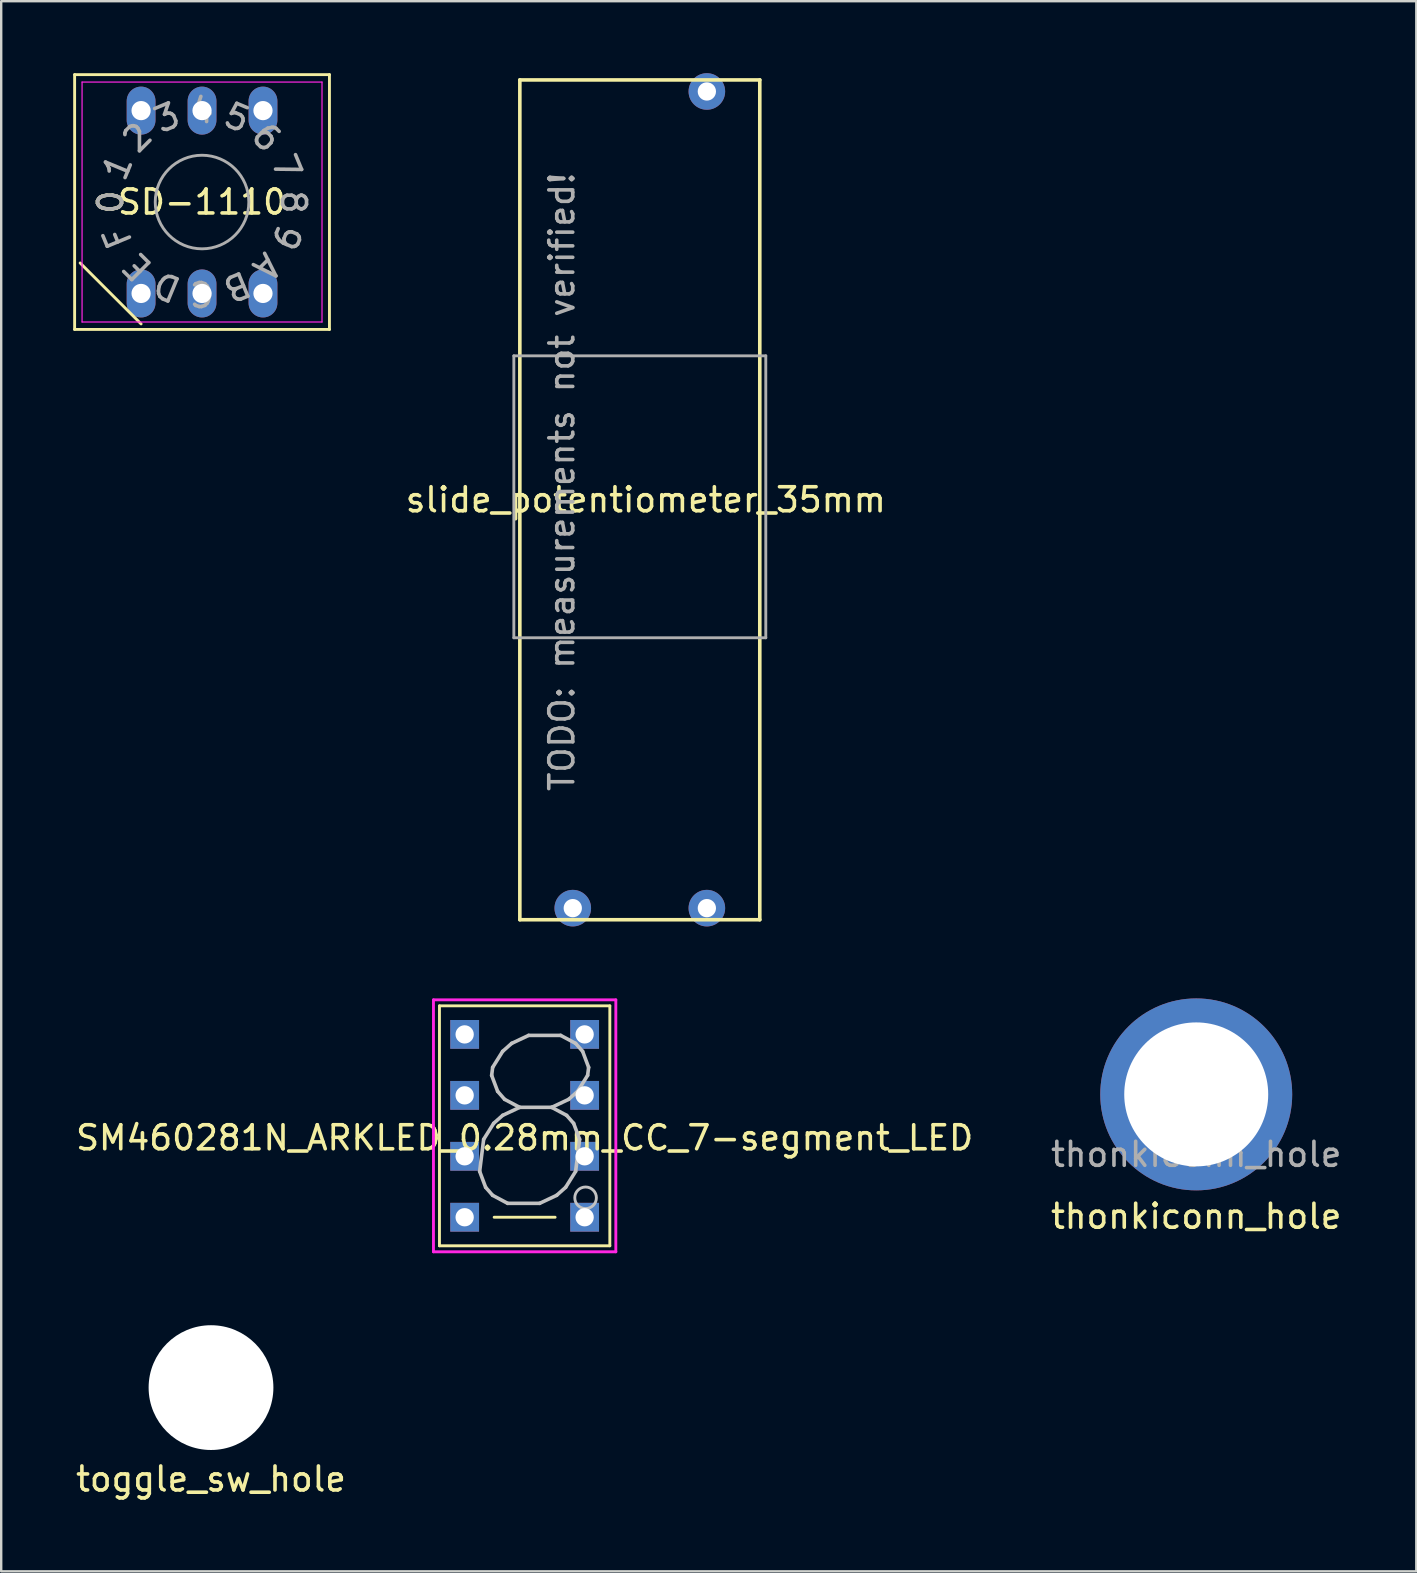
<source format=kicad_pcb>
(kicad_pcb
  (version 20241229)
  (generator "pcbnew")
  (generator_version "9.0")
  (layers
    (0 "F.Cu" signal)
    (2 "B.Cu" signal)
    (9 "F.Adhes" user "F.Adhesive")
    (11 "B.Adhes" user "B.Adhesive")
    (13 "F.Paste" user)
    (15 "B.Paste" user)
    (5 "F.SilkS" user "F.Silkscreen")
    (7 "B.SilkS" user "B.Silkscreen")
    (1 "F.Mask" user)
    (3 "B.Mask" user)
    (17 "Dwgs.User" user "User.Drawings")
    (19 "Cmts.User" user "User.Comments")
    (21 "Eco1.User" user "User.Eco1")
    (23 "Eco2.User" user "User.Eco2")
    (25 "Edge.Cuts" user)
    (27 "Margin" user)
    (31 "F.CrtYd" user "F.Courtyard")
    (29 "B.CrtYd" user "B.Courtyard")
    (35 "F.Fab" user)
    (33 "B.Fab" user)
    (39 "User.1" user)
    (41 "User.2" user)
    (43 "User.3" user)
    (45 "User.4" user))
  (footprint "thonkiconn_hole"
    (layer "F.Cu")
    (at 46.804 42.56)
    (property "Reference" "thonkiconn_hole" (at 0 5.08 0) (unlocked yes) (layer "F.SilkS") (effects (font (size 1 1) (thickness 0.15))))
    (attr through_hole)
    (fp_text user "${REFERENCE}" (at 0 2.5 0) (unlocked yes) (layer "F.Fab") (effects (font (size 1 1) (thickness 0.15))))
    (pad "" np_thru_hole oval (at 0 0) (size 8 8) (drill oval 6) (layers "*.Cu" "*.Mask")))
  (footprint "SM460281N_ARKLED_0.28mm_CC_7-segment_LED"
    (layer "F.Cu")
    (at 18.815 43.87)
    (property "Reference" "SM460281N_ARKLED_0.28mm_CC_7-segment_LED" (at 0 0.5 0) (layer "F.SilkS") (effects (font (size 1 1) (thickness 0.15))))
    (attr through_hole)
    (fp_line (start -3.55 -5) (end -3.55 5) (stroke (width 0.12) (type solid)) (layer "F.SilkS"))
    (fp_line (start -3.55 5) (end 3.55 5) (stroke (width 0.12) (type solid)) (layer "F.SilkS"))
    (fp_line (start -1.27 3.81) (end 1.27 3.81) (stroke (width 0.12) (type solid)) (layer "F.SilkS"))
    (fp_line (start 3.55 -5) (end -3.55 -5) (stroke (width 0.12) (type solid)) (layer "F.SilkS"))
    (fp_line (start 3.55 -5) (end 3.55 5) (stroke (width 0.12) (type solid)) (layer "F.SilkS"))
    (fp_circle (center 2.54 3) (end 2.99 3) (stroke (width 0.12) (type solid)) (fill no) (layer "Dwgs.User"))
    (fp_line (start -3.8 -5.25) (end -3.8 5.25) (stroke (width 0.12) (type solid)) (layer "F.CrtYd"))
    (fp_line (start -3.8 -5.25) (end 3.8 -5.25) (stroke (width 0.12) (type solid)) (layer "F.CrtYd"))
    (fp_line (start -3.8 5.25) (end 3.8 5.25) (stroke (width 0.12) (type solid)) (layer "F.CrtYd"))
    (fp_line (start 3.8 -5.25) (end 3.8 5.25) (stroke (width 0.12) (type solid)) (layer "F.CrtYd"))
    (fp_text user "8" (at 0 0 0) (unlocked yes) (layer "Dwgs.User") (effects (font (size 7 7) (thickness 0.15) (italic yes))))
    (pad "1" thru_hole rect (at -2.5 -3.81) (size 1.2 1.2) (drill 0.762) (layers "*.Cu" "*.Mask"))
    (pad "2" thru_hole rect (at -2.5 -1.27) (size 1.2 1.2) (drill 0.762) (layers "*.Cu" "*.Mask"))
    (pad "3" thru_hole rect (at -2.5 1.27) (size 1.2 1.2) (drill 0.762) (layers "*.Cu" "*.Mask"))
    (pad "4" thru_hole rect (at -2.5 3.81) (size 1.2 1.2) (drill 0.762) (layers "*.Cu" "*.Mask"))
    (pad "5" thru_hole rect (at 2.5 -3.81) (size 1.2 1.2) (drill 0.762) (layers "*.Cu" "*.Mask"))
    (pad "6" thru_hole rect (at 2.5 -1.27) (size 1.2 1.2) (drill 0.762) (layers "*.Cu" "*.Mask"))
    (pad "7" thru_hole rect (at 2.5 1.27) (size 1.2 1.2) (drill 0.762) (layers "*.Cu" "*.Mask"))
    (pad "8" thru_hole rect (at 2.5 3.81) (size 1.2 1.2) (drill 0.762) (layers "*.Cu" "*.Mask")))
  (footprint "toggle_sw_hole"
    (layer "F.Cu")
    (at 5.744 54.78)
    (property "Reference" "toggle_sw_hole" (at 0 3.81 0) (unlocked yes) (layer "F.SilkS") (effects (font (size 1 1) (thickness 0.15))))
    (attr through_hole)
    (pad "" np_thru_hole circle (at 0 0) (size 5.2 5.2) (drill 5.2) (layers "*.Cu" "*.Mask")))
  (footprint "SD-1110"
    (layer "F.Cu")
    (at 5.37 5.37)
    (property "Reference" "SD-1110" (at 0 0 180) (layer "F.SilkS") (effects (font (size 1 1) (thickness 0.15))))
    (attr through_hole)
    (fp_line (start -5.31 -5.31) (end -5.31 5.31) (stroke (width 0.12) (type solid)) (layer "F.SilkS"))
    (fp_line (start -5.31 5.31) (end 5.31 5.31) (stroke (width 0.12) (type solid)) (layer "F.SilkS"))
    (fp_line (start -5.08 2.54) (end -2.54 5.08) (stroke (width 0.12) (type solid)) (layer "F.SilkS"))
    (fp_line (start 5.31 -5.31) (end -5.31 -5.31) (stroke (width 0.12) (type solid)) (layer "F.SilkS"))
    (fp_line (start 5.31 5.31) (end 5.31 -5.31) (stroke (width 0.12) (type solid)) (layer "F.SilkS"))
    (fp_line (start -5 -5) (end 5 -5) (stroke (width 0.05) (type solid)) (layer "F.CrtYd"))
    (fp_line (start -5 5) (end -5 -5) (stroke (width 0.05) (type solid)) (layer "F.CrtYd"))
    (fp_line (start 5 5) (end -5 5) (stroke (width 0.05) (type solid)) (layer "F.CrtYd"))
    (fp_line (start 5 5) (end 5 -5) (stroke (width 0.05) (type solid)) (layer "F.CrtYd"))
    (fp_circle (center 0 0) (end 1.95 0) (stroke (width 0.12) (type solid)) (fill no) (layer "F.Fab"))
    (fp_text user "0" (at -3.81 0 90) (unlocked yes) (layer "F.SilkS") (effects (font (size 1 1) (thickness 0.15))))
    (fp_text user "7" (at 3.52 -1.458 292.5) (layer "F.Fab") (effects (font (size 1 1) (thickness 0.15))))
    (fp_text user "1" (at -3.52 -1.458 67.5) (layer "F.Fab") (effects (font (size 1 1) (thickness 0.15))))
    (fp_text user "3" (at -1.458 -3.52 22.5) (layer "F.Fab") (effects (font (size 1 1) (thickness 0.15))))
    (fp_text user "F" (at -3.52 1.458 112.5) (unlocked yes) (layer "F.Fab") (effects (font (size 1 1) (thickness 0.15))))
    (fp_text user "C" (at 0 3.81 180) (unlocked yes) (layer "F.Fab") (effects (font (size 1 1) (thickness 0.15))))
    (fp_text user "9" (at 3.52 1.458 247.5) (unlocked yes) (layer "F.Fab") (effects (font (size 1 1) (thickness 0.15))))
    (fp_text user "8" (at 3.81 0 270) (unlocked yes) (layer "F.Fab") (effects (font (size 1 1) (thickness 0.15))))
    (fp_text user "A" (at 2.694 2.694 225) (unlocked yes) (layer "F.Fab") (effects (font (size 1 1) (thickness 0.15))))
    (fp_text user "5" (at 1.458 -3.52 337.5) (layer "F.Fab") (effects (font (size 1 1) (thickness 0.15))))
    (fp_text user "6" (at 2.694 -2.694 315) (layer "F.Fab") (effects (font (size 1 1) (thickness 0.15))))
    (fp_text user "B" (at 1.458 3.52 202.5) (unlocked yes) (layer "F.Fab") (effects (font (size 1 1) (thickness 0.15))))
    (fp_text user "D" (at -1.458 3.52 157.5) (unlocked yes) (layer "F.Fab") (effects (font (size 1 1) (thickness 0.15))))
    (fp_text user "4" (at 0 -3.81 0) (layer "F.Fab") (effects (font (size 1 1) (thickness 0.15))))
    (fp_text user "E" (at -2.694 2.694 135) (unlocked yes) (layer "F.Fab") (effects (font (size 1 1) (thickness 0.15))))
    (fp_text user "0" (at -3.81 0 90) (layer "F.Fab") (effects (font (size 1 1) (thickness 0.15))))
    (fp_text user "2" (at -2.694 -2.694 45) (layer "F.Fab") (effects (font (size 1 1) (thickness 0.15))))
    (pad "1" thru_hole oval (at -2.54 3.81) (size 1.2 2) (drill 0.8) (layers "*.Cu" "*.Mask"))
    (pad "2" thru_hole oval (at 2.54 -3.81) (size 1.2 2) (drill 0.8) (layers "*.Cu" "*.Mask"))
    (pad "4" thru_hole oval (at 2.54 3.81) (size 1.2 2) (drill 0.8) (layers "*.Cu" "*.Mask"))
    (pad "8" thru_hole oval (at -2.54 -3.81) (size 1.2 2) (drill 0.8) (layers "*.Cu" "*.Mask"))
    (pad "C" thru_hole oval (at 0 -3.81) (size 1.2 2) (drill 0.8) (layers "*.Cu" "*.Mask"))
    (pad "C" thru_hole oval (at 0 3.81) (size 1.2 2) (drill 0.8) (layers "*.Cu" "*.Mask")))
  (footprint "slide_potentiometer_35mm"
    (layer "F.Cu")
    (at 23.615 17.78)
    (property "Reference" "slide_potentiometer_35mm" (at 0.25 0 0) (layer "F.SilkS") (effects (font (size 1 1) (thickness 0.15))))
    (attr through_hole)
    (fp_line (start -5 -17.5) (end 5 -17.5) (stroke (width 0.15) (type solid)) (layer "F.SilkS"))
    (fp_line (start -5 17.5) (end -5 -17.5) (stroke (width 0.15) (type solid)) (layer "F.SilkS"))
    (fp_line (start 5 -17.5) (end 5 17.5) (stroke (width 0.15) (type solid)) (layer "F.SilkS"))
    (fp_line (start 5 17.5) (end -5 17.5) (stroke (width 0.15) (type solid)) (layer "F.SilkS"))
    (fp_line (start -5.25 -6) (end 5.25 -6) (stroke (width 0.12) (type solid)) (layer "F.Fab"))
    (fp_line (start -5.25 5.75) (end -5.25 -6) (stroke (width 0.12) (type solid)) (layer "F.Fab"))
    (fp_line (start 5.25 -6) (end 5.25 5.75) (stroke (width 0.12) (type solid)) (layer "F.Fab"))
    (fp_line (start 5.25 5.75) (end -5.25 5.75) (stroke (width 0.12) (type solid)) (layer "F.Fab"))
    (fp_text user "TODO: measurements not verified!" (at -3.25 -0.75 90) (layer "F.Fab") (effects (font (size 1 1) (thickness 0.15))))
    (pad "1" thru_hole circle (at 2.794 17.018) (size 1.524 1.524) (drill 0.762) (layers "*.Cu" "*.Mask"))
    (pad "2" thru_hole circle (at 2.794 -17.018) (size 1.524 1.524) (drill 0.762) (layers "*.Cu" "*.Mask"))
    (pad "3" thru_hole circle (at -2.794 17.018) (size 1.524 1.524) (drill 0.762) (layers "*.Cu" "*.Mask")))
  (gr_rect
    (start -3 -3)
    (end 55.976 62.438)
    (stroke (width 0.1) (type default))
    (fill no)
    (layer "Edge.Cuts")))
</source>
